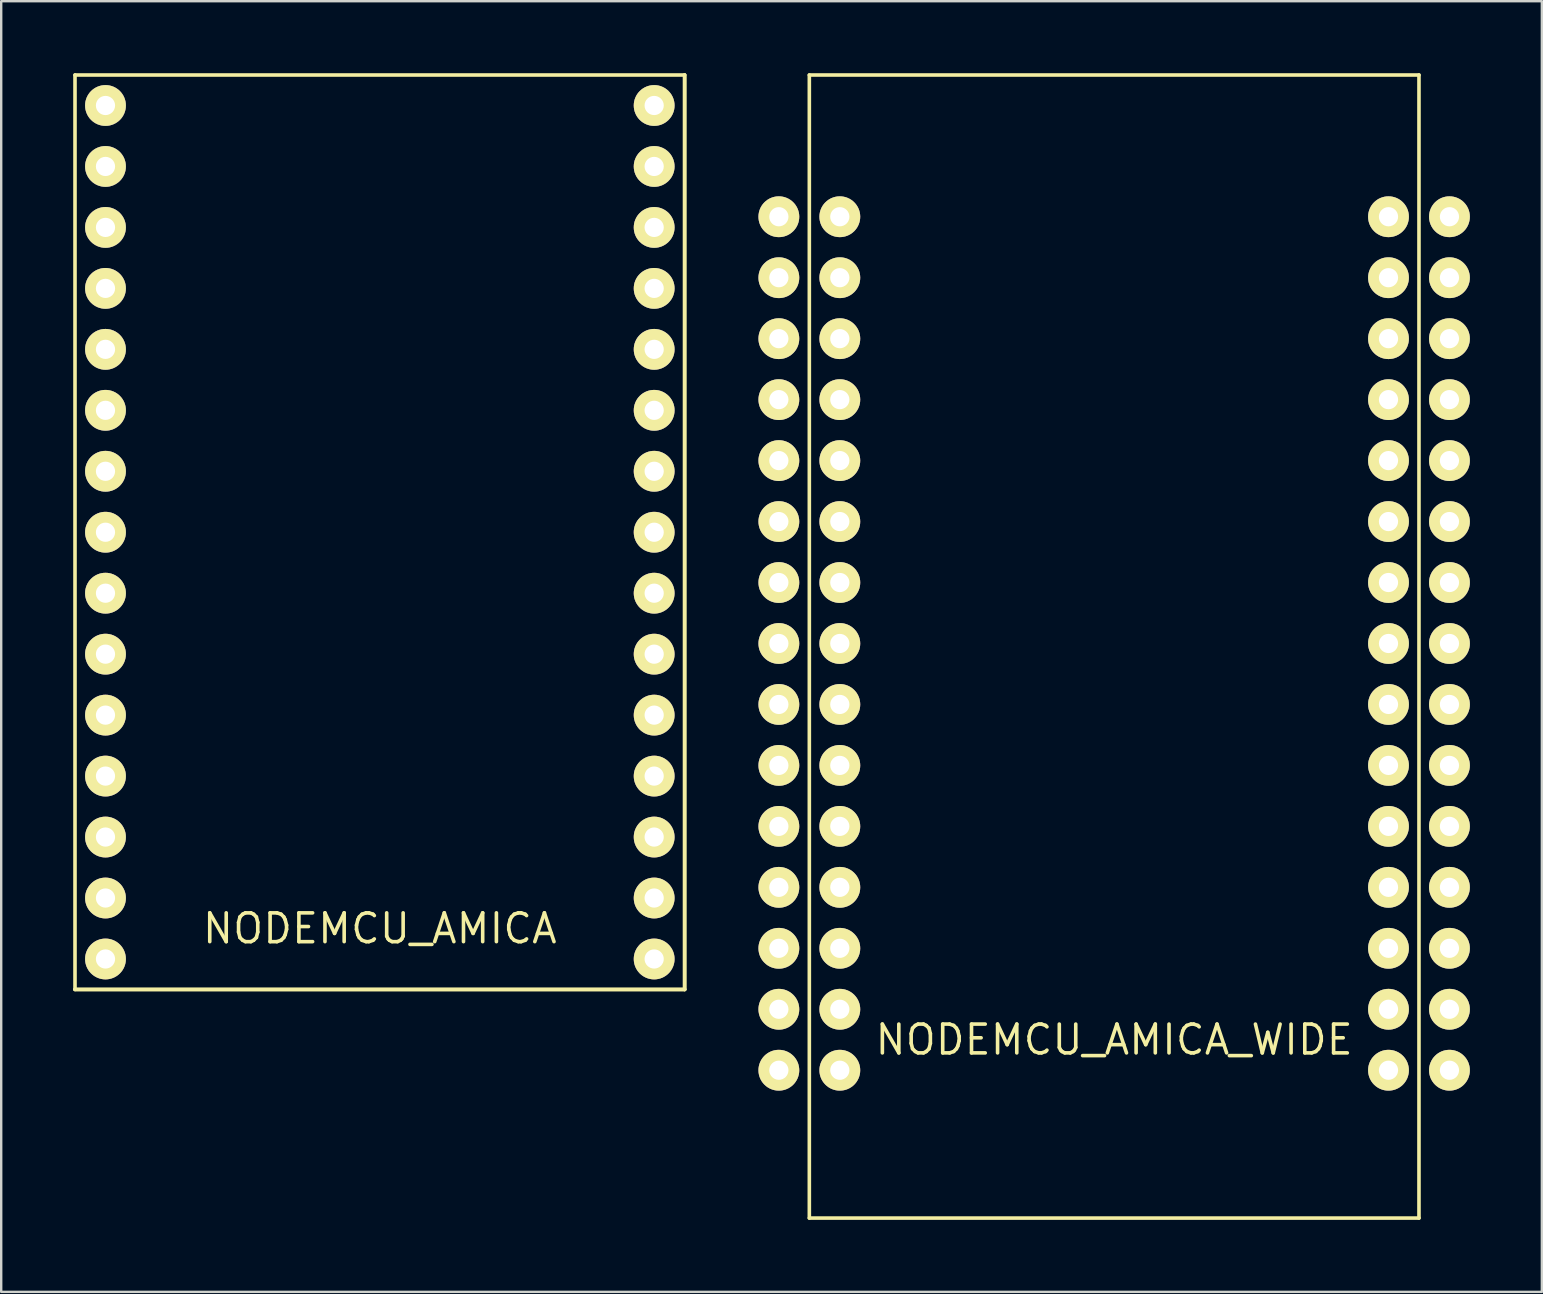
<source format=kicad_pcb>
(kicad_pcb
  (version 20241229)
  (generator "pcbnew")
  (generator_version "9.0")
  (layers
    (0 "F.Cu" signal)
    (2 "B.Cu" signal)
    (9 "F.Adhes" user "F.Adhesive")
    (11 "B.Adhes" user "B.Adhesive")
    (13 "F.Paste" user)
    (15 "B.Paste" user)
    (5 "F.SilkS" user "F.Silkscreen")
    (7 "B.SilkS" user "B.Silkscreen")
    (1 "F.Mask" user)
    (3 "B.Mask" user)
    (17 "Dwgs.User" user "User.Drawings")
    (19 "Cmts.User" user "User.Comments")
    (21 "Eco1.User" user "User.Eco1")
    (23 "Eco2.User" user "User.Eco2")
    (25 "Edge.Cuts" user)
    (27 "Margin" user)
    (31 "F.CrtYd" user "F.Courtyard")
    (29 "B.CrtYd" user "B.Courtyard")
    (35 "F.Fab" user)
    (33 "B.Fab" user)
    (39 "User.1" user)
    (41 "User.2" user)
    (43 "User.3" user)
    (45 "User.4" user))
  (footprint "NODEMCU_AMICA_WIDE"
    (layer "F.Cu")
    (at 43.243 23.887)
    (property "Reference" "NODEMCU_AMICA_WIDE" (at 0.127 16.383 180) (layer "F.SilkS") (effects (font (size 1.2 1.2) (thickness 0.15))))
    (attr through_hole)
    (fp_line (start -12.573 23.812) (end -12.573 -23.812) (stroke (width 0.15) (type solid)) (layer "F.SilkS"))
    (fp_line (start 12.827 -23.812) (end -12.573 -23.812) (stroke (width 0.15) (type solid)) (layer "F.SilkS"))
    (fp_line (start 12.827 23.812) (end -12.573 23.812) (stroke (width 0.15) (type solid)) (layer "F.SilkS"))
    (fp_line (start 12.827 23.812) (end 12.827 -23.812) (stroke (width 0.15) (type solid)) (layer "F.SilkS"))
    (pad "1" thru_hole circle (at -13.843 -17.907 270) (size 1.7 1.7) (drill 0.8) (layers "*.Cu" "*.Mask" "F.SilkS"))
    (pad "1" thru_hole circle (at -11.303 -17.907 270) (size 1.7 1.7) (drill 0.8) (layers "*.Cu" "*.Mask" "F.SilkS"))
    (pad "2" thru_hole circle (at -13.843 -15.367 270) (size 1.7 1.7) (drill 0.8) (layers "*.Cu" "*.Mask" "F.SilkS"))
    (pad "2" thru_hole circle (at -11.303 -15.367 270) (size 1.7 1.7) (drill 0.8) (layers "*.Cu" "*.Mask" "F.SilkS"))
    (pad "3" thru_hole circle (at -13.843 -12.827 270) (size 1.7 1.7) (drill 0.8) (layers "*.Cu" "*.Mask" "F.SilkS"))
    (pad "3" thru_hole circle (at -11.303 -12.827 270) (size 1.7 1.7) (drill 0.8) (layers "*.Cu" "*.Mask" "F.SilkS"))
    (pad "4" thru_hole circle (at -13.843 -10.287 270) (size 1.7 1.7) (drill 0.8) (layers "*.Cu" "*.Mask" "F.SilkS"))
    (pad "4" thru_hole circle (at -11.303 -10.287 270) (size 1.7 1.7) (drill 0.8) (layers "*.Cu" "*.Mask" "F.SilkS"))
    (pad "5" thru_hole circle (at -13.843 -7.747 270) (size 1.7 1.7) (drill 0.8) (layers "*.Cu" "*.Mask" "F.SilkS"))
    (pad "5" thru_hole circle (at -11.303 -7.747 270) (size 1.7 1.7) (drill 0.8) (layers "*.Cu" "*.Mask" "F.SilkS"))
    (pad "6" thru_hole circle (at -13.843 -5.207 270) (size 1.7 1.7) (drill 0.8) (layers "*.Cu" "*.Mask" "F.SilkS"))
    (pad "6" thru_hole circle (at -11.303 -5.207 270) (size 1.7 1.7) (drill 0.8) (layers "*.Cu" "*.Mask" "F.SilkS"))
    (pad "7" thru_hole circle (at -13.843 -2.667 270) (size 1.7 1.7) (drill 0.8) (layers "*.Cu" "*.Mask" "F.SilkS"))
    (pad "7" thru_hole circle (at -11.303 -2.667 270) (size 1.7 1.7) (drill 0.8) (layers "*.Cu" "*.Mask" "F.SilkS"))
    (pad "8" thru_hole circle (at -13.843 -0.127 270) (size 1.7 1.7) (drill 0.8) (layers "*.Cu" "*.Mask" "F.SilkS"))
    (pad "8" thru_hole circle (at -11.303 -0.127 270) (size 1.7 1.7) (drill 0.8) (layers "*.Cu" "*.Mask" "F.SilkS"))
    (pad "9" thru_hole circle (at -13.843 2.413 270) (size 1.7 1.7) (drill 0.8) (layers "*.Cu" "*.Mask" "F.SilkS"))
    (pad "9" thru_hole circle (at -11.303 2.413 270) (size 1.7 1.7) (drill 0.8) (layers "*.Cu" "*.Mask" "F.SilkS"))
    (pad "10" thru_hole circle (at -13.843 4.953 270) (size 1.7 1.7) (drill 0.8) (layers "*.Cu" "*.Mask" "F.SilkS"))
    (pad "10" thru_hole circle (at -11.303 4.953 270) (size 1.7 1.7) (drill 0.8) (layers "*.Cu" "*.Mask" "F.SilkS"))
    (pad "11" thru_hole circle (at -13.843 7.493 270) (size 1.7 1.7) (drill 0.8) (layers "*.Cu" "*.Mask" "F.SilkS"))
    (pad "11" thru_hole circle (at -11.303 7.493 270) (size 1.7 1.7) (drill 0.8) (layers "*.Cu" "*.Mask" "F.SilkS"))
    (pad "12" thru_hole circle (at -13.843 10.033 270) (size 1.7 1.7) (drill 0.8) (layers "*.Cu" "*.Mask" "F.SilkS"))
    (pad "12" thru_hole circle (at -11.303 10.033 270) (size 1.7 1.7) (drill 0.8) (layers "*.Cu" "*.Mask" "F.SilkS"))
    (pad "13" thru_hole circle (at -13.843 12.573 270) (size 1.7 1.7) (drill 0.8) (layers "*.Cu" "*.Mask" "F.SilkS"))
    (pad "13" thru_hole circle (at -11.303 12.573 270) (size 1.7 1.7) (drill 0.8) (layers "*.Cu" "*.Mask" "F.SilkS"))
    (pad "14" thru_hole circle (at -13.843 15.113 270) (size 1.7 1.7) (drill 0.8) (layers "*.Cu" "*.Mask" "F.SilkS"))
    (pad "14" thru_hole circle (at -11.303 15.113 270) (size 1.7 1.7) (drill 0.8) (layers "*.Cu" "*.Mask" "F.SilkS"))
    (pad "15" thru_hole circle (at -13.843 17.653 270) (size 1.7 1.7) (drill 0.8) (layers "*.Cu" "*.Mask" "F.SilkS"))
    (pad "15" thru_hole circle (at -11.303 17.653 270) (size 1.7 1.7) (drill 0.8) (layers "*.Cu" "*.Mask" "F.SilkS"))
    (pad "16" thru_hole circle (at 11.557 17.653 270) (size 1.7 1.7) (drill 0.8) (layers "*.Cu" "*.Mask" "F.SilkS"))
    (pad "16" thru_hole circle (at 14.097 17.653 270) (size 1.7 1.7) (drill 0.8) (layers "*.Cu" "*.Mask" "F.SilkS"))
    (pad "17" thru_hole circle (at 11.557 15.113 270) (size 1.7 1.7) (drill 0.8) (layers "*.Cu" "*.Mask" "F.SilkS"))
    (pad "17" thru_hole circle (at 14.097 15.113 270) (size 1.7 1.7) (drill 0.8) (layers "*.Cu" "*.Mask" "F.SilkS"))
    (pad "18" thru_hole circle (at 11.557 12.573 270) (size 1.7 1.7) (drill 0.8) (layers "*.Cu" "*.Mask" "F.SilkS"))
    (pad "18" thru_hole circle (at 14.097 12.573 270) (size 1.7 1.7) (drill 0.8) (layers "*.Cu" "*.Mask" "F.SilkS"))
    (pad "19" thru_hole circle (at 11.557 10.033 270) (size 1.7 1.7) (drill 0.8) (layers "*.Cu" "*.Mask" "F.SilkS"))
    (pad "19" thru_hole circle (at 14.097 10.033 270) (size 1.7 1.7) (drill 0.8) (layers "*.Cu" "*.Mask" "F.SilkS"))
    (pad "20" thru_hole circle (at 11.557 7.493 270) (size 1.7 1.7) (drill 0.8) (layers "*.Cu" "*.Mask" "F.SilkS"))
    (pad "20" thru_hole circle (at 14.097 7.493 270) (size 1.7 1.7) (drill 0.8) (layers "*.Cu" "*.Mask" "F.SilkS"))
    (pad "21" thru_hole circle (at 11.557 4.953 270) (size 1.7 1.7) (drill 0.8) (layers "*.Cu" "*.Mask" "F.SilkS"))
    (pad "21" thru_hole circle (at 14.097 4.953 270) (size 1.7 1.7) (drill 0.8) (layers "*.Cu" "*.Mask" "F.SilkS"))
    (pad "22" thru_hole circle (at 11.557 2.413 270) (size 1.7 1.7) (drill 0.8) (layers "*.Cu" "*.Mask" "F.SilkS"))
    (pad "22" thru_hole circle (at 14.097 2.413 270) (size 1.7 1.7) (drill 0.8) (layers "*.Cu" "*.Mask" "F.SilkS"))
    (pad "23" thru_hole circle (at 11.557 -0.127 270) (size 1.7 1.7) (drill 0.8) (layers "*.Cu" "*.Mask" "F.SilkS"))
    (pad "23" thru_hole circle (at 14.097 -0.127 270) (size 1.7 1.7) (drill 0.8) (layers "*.Cu" "*.Mask" "F.SilkS"))
    (pad "24" thru_hole circle (at 11.557 -2.667 270) (size 1.7 1.7) (drill 0.8) (layers "*.Cu" "*.Mask" "F.SilkS"))
    (pad "24" thru_hole circle (at 14.097 -2.667 270) (size 1.7 1.7) (drill 0.8) (layers "*.Cu" "*.Mask" "F.SilkS"))
    (pad "25" thru_hole circle (at 11.557 -5.207 270) (size 1.7 1.7) (drill 0.8) (layers "*.Cu" "*.Mask" "F.SilkS"))
    (pad "25" thru_hole circle (at 14.097 -5.207 270) (size 1.7 1.7) (drill 0.8) (layers "*.Cu" "*.Mask" "F.SilkS"))
    (pad "26" thru_hole circle (at 11.557 -7.747 270) (size 1.7 1.7) (drill 0.8) (layers "*.Cu" "*.Mask" "F.SilkS"))
    (pad "26" thru_hole circle (at 14.097 -7.747 270) (size 1.7 1.7) (drill 0.8) (layers "*.Cu" "*.Mask" "F.SilkS"))
    (pad "27" thru_hole circle (at 11.557 -10.287 270) (size 1.7 1.7) (drill 0.8) (layers "*.Cu" "*.Mask" "F.SilkS"))
    (pad "27" thru_hole circle (at 14.097 -10.287 270) (size 1.7 1.7) (drill 0.8) (layers "*.Cu" "*.Mask" "F.SilkS"))
    (pad "28" thru_hole circle (at 11.557 -12.827 270) (size 1.7 1.7) (drill 0.8) (layers "*.Cu" "*.Mask" "F.SilkS"))
    (pad "28" thru_hole circle (at 14.097 -12.827 270) (size 1.7 1.7) (drill 0.8) (layers "*.Cu" "*.Mask" "F.SilkS"))
    (pad "29" thru_hole circle (at 11.557 -15.367 270) (size 1.7 1.7) (drill 0.8) (layers "*.Cu" "*.Mask" "F.SilkS"))
    (pad "29" thru_hole circle (at 14.097 -15.367 270) (size 1.7 1.7) (drill 0.8) (layers "*.Cu" "*.Mask" "F.SilkS"))
    (pad "30" thru_hole circle (at 11.557 -17.907 270) (size 1.7 1.7) (drill 0.8) (layers "*.Cu" "*.Mask" "F.SilkS"))
    (pad "30" thru_hole circle (at 14.097 -17.907 270) (size 1.7 1.7) (drill 0.8) (layers "*.Cu" "*.Mask" "F.SilkS")))
  (footprint "NODEMCU_AMICA"
    (layer "F.Cu")
    (at 12.648 19.252)
    (property "Reference" "NODEMCU_AMICA" (at 0.127 16.383 180) (layer "F.SilkS") (effects (font (size 1.2 1.2) (thickness 0.15))))
    (attr through_hole)
    (fp_line (start -12.573 18.923) (end -12.573 -19.177) (stroke (width 0.15) (type solid)) (layer "F.SilkS"))
    (fp_line (start -12.573 18.923) (end 12.827 18.923) (stroke (width 0.15) (type solid)) (layer "F.SilkS"))
    (fp_line (start 12.827 -19.177) (end -12.573 -19.177) (stroke (width 0.15) (type solid)) (layer "F.SilkS"))
    (fp_line (start 12.827 -19.177) (end 12.827 18.923) (stroke (width 0.15) (type solid)) (layer "F.SilkS"))
    (fp_line (start 12.827 18.923) (end -12.573 18.923) (stroke (width 0.15) (type solid)) (layer "F.SilkS"))
    (fp_line (start 12.827 18.923) (end 12.827 -19.177) (stroke (width 0.15) (type solid)) (layer "F.SilkS"))
    (pad "1" thru_hole circle (at -11.303 -17.907 270) (size 1.7 1.7) (drill 0.8) (layers "*.Cu" "*.Mask" "F.SilkS"))
    (pad "2" thru_hole circle (at -11.303 -15.367 270) (size 1.7 1.7) (drill 0.8) (layers "*.Cu" "*.Mask" "F.SilkS"))
    (pad "3" thru_hole circle (at -11.303 -12.827 270) (size 1.7 1.7) (drill 0.8) (layers "*.Cu" "*.Mask" "F.SilkS"))
    (pad "4" thru_hole circle (at -11.303 -10.287 270) (size 1.7 1.7) (drill 0.8) (layers "*.Cu" "*.Mask" "F.SilkS"))
    (pad "5" thru_hole circle (at -11.303 -7.747 270) (size 1.7 1.7) (drill 0.8) (layers "*.Cu" "*.Mask" "F.SilkS"))
    (pad "6" thru_hole circle (at -11.303 -5.207 270) (size 1.7 1.7) (drill 0.8) (layers "*.Cu" "*.Mask" "F.SilkS"))
    (pad "7" thru_hole circle (at -11.303 -2.667 270) (size 1.7 1.7) (drill 0.8) (layers "*.Cu" "*.Mask" "F.SilkS"))
    (pad "8" thru_hole circle (at -11.303 -0.127 270) (size 1.7 1.7) (drill 0.8) (layers "*.Cu" "*.Mask" "F.SilkS"))
    (pad "9" thru_hole circle (at -11.303 2.413 270) (size 1.7 1.7) (drill 0.8) (layers "*.Cu" "*.Mask" "F.SilkS"))
    (pad "10" thru_hole circle (at -11.303 4.953 270) (size 1.7 1.7) (drill 0.8) (layers "*.Cu" "*.Mask" "F.SilkS"))
    (pad "11" thru_hole circle (at -11.303 7.493 270) (size 1.7 1.7) (drill 0.8) (layers "*.Cu" "*.Mask" "F.SilkS"))
    (pad "12" thru_hole circle (at -11.303 10.033 270) (size 1.7 1.7) (drill 0.8) (layers "*.Cu" "*.Mask" "F.SilkS"))
    (pad "13" thru_hole circle (at -11.303 12.573 270) (size 1.7 1.7) (drill 0.8) (layers "*.Cu" "*.Mask" "F.SilkS"))
    (pad "14" thru_hole circle (at -11.303 15.113 270) (size 1.7 1.7) (drill 0.8) (layers "*.Cu" "*.Mask" "F.SilkS"))
    (pad "15" thru_hole circle (at -11.303 17.653 270) (size 1.7 1.7) (drill 0.8) (layers "*.Cu" "*.Mask" "F.SilkS"))
    (pad "16" thru_hole circle (at 11.557 17.653 270) (size 1.7 1.7) (drill 0.8) (layers "*.Cu" "*.Mask" "F.SilkS"))
    (pad "17" thru_hole circle (at 11.557 15.113 270) (size 1.7 1.7) (drill 0.8) (layers "*.Cu" "*.Mask" "F.SilkS"))
    (pad "18" thru_hole circle (at 11.557 12.573 270) (size 1.7 1.7) (drill 0.8) (layers "*.Cu" "*.Mask" "F.SilkS"))
    (pad "19" thru_hole circle (at 11.557 10.033 270) (size 1.7 1.7) (drill 0.8) (layers "*.Cu" "*.Mask" "F.SilkS"))
    (pad "20" thru_hole circle (at 11.557 7.493 270) (size 1.7 1.7) (drill 0.8) (layers "*.Cu" "*.Mask" "F.SilkS"))
    (pad "21" thru_hole circle (at 11.557 4.953 270) (size 1.7 1.7) (drill 0.8) (layers "*.Cu" "*.Mask" "F.SilkS"))
    (pad "22" thru_hole circle (at 11.557 2.413 270) (size 1.7 1.7) (drill 0.8) (layers "*.Cu" "*.Mask" "F.SilkS"))
    (pad "23" thru_hole circle (at 11.557 -0.127 270) (size 1.7 1.7) (drill 0.8) (layers "*.Cu" "*.Mask" "F.SilkS"))
    (pad "24" thru_hole circle (at 11.557 -2.667 270) (size 1.7 1.7) (drill 0.8) (layers "*.Cu" "*.Mask" "F.SilkS"))
    (pad "25" thru_hole circle (at 11.557 -5.207 270) (size 1.7 1.7) (drill 0.8) (layers "*.Cu" "*.Mask" "F.SilkS"))
    (pad "26" thru_hole circle (at 11.557 -7.747 270) (size 1.7 1.7) (drill 0.8) (layers "*.Cu" "*.Mask" "F.SilkS"))
    (pad "27" thru_hole circle (at 11.557 -10.287 270) (size 1.7 1.7) (drill 0.8) (layers "*.Cu" "*.Mask" "F.SilkS"))
    (pad "28" thru_hole circle (at 11.557 -12.827 270) (size 1.7 1.7) (drill 0.8) (layers "*.Cu" "*.Mask" "F.SilkS"))
    (pad "29" thru_hole circle (at 11.557 -15.367 270) (size 1.7 1.7) (drill 0.8) (layers "*.Cu" "*.Mask" "F.SilkS"))
    (pad "30" thru_hole circle (at 11.557 -17.907 270) (size 1.7 1.7) (drill 0.8) (layers "*.Cu" "*.Mask" "F.SilkS")))
  (gr_rect
    (start -3 -3)
    (end 61.19 50.775)
    (stroke (width 0.1) (type default))
    (fill no)
    (layer "Edge.Cuts")))
</source>
